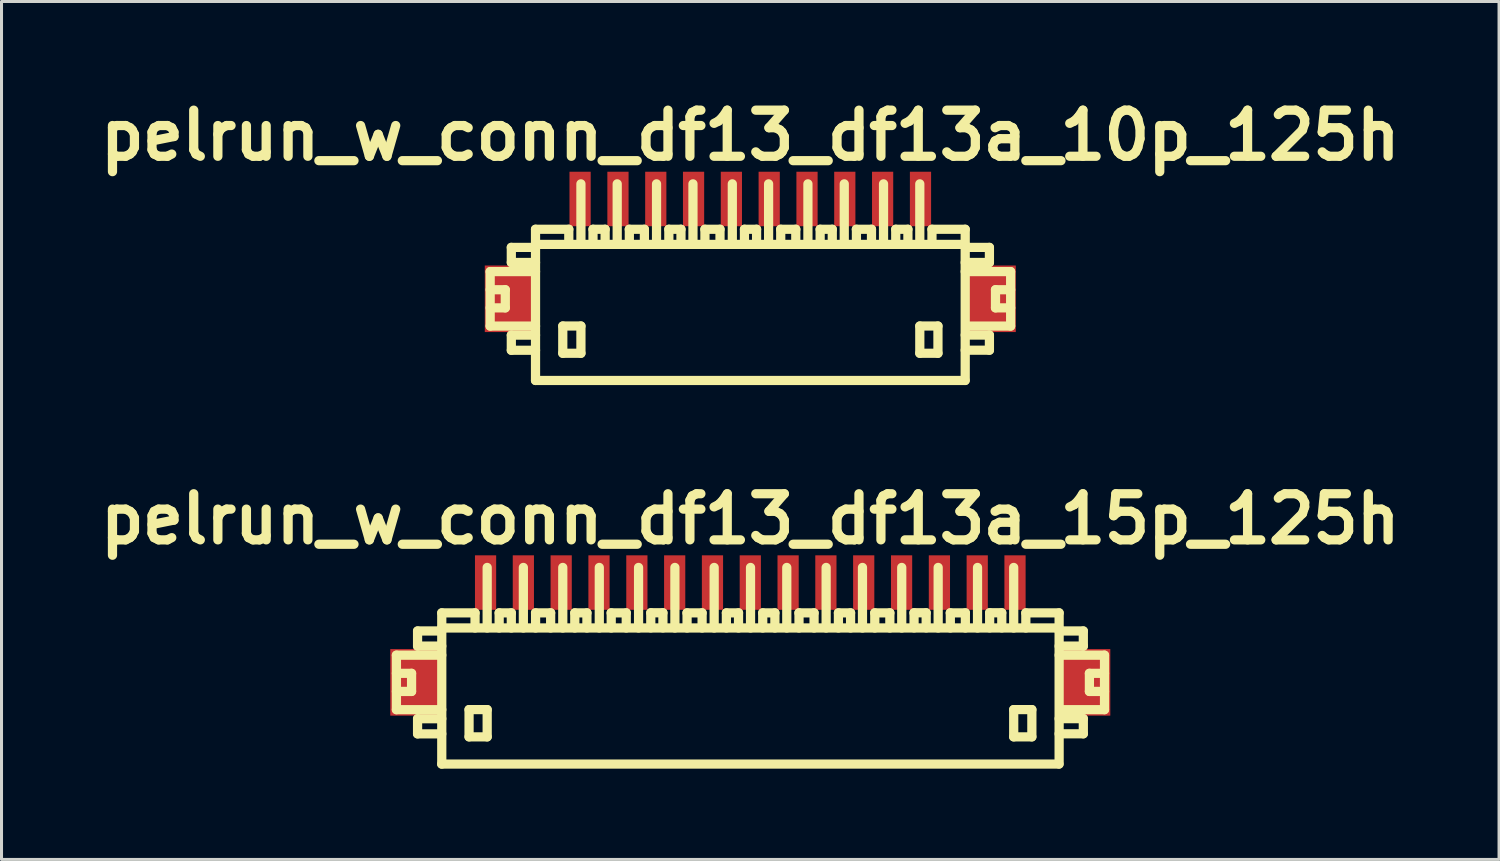
<source format=kicad_pcb>
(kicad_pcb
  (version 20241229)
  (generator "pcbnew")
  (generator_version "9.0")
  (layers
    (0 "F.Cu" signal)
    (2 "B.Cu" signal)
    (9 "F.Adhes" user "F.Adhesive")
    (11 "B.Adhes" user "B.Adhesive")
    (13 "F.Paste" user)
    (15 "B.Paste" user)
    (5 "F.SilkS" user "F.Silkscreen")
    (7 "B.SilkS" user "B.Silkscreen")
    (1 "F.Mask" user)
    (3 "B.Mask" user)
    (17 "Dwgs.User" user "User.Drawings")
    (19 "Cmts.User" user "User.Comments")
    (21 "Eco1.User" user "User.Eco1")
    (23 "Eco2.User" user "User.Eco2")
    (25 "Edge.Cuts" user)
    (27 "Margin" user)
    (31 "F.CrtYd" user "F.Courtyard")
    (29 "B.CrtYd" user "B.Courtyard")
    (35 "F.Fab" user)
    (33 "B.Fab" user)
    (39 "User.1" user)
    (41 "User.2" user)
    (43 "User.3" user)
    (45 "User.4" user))
  (footprint "pelrun_w_conn_df13_df13a_15p_125h"
    (layer "F.Cu")
    (at 21.75 19.706)
    (property "Reference" "pelrun_w_conn_df13_df13a_15p_125h" (at 0 -5.601 0) (layer "F.SilkS") (effects (font (size 1.524 1.524) (thickness 0.305))))
    (attr through_hole)
    (fp_line (start -11.697 -1.1) (end -11.697 0.701) (stroke (width 0.305) (type solid)) (layer "F.SilkS"))
    (fp_line (start -11.697 0.701) (end -10.198 0.701) (stroke (width 0.305) (type solid)) (layer "F.SilkS"))
    (fp_line (start -11.196 -0.5) (end -11.697 -0.5) (stroke (width 0.305) (type solid)) (layer "F.SilkS"))
    (fp_line (start -11.196 0.099) (end -11.697 0.099) (stroke (width 0.305) (type solid)) (layer "F.SilkS"))
    (fp_line (start -11.196 0.099) (end -11.196 -0.5) (stroke (width 0.305) (type solid)) (layer "F.SilkS"))
    (fp_line (start -10.998 -1.9) (end -10.998 -1.4) (stroke (width 0.305) (type solid)) (layer "F.SilkS"))
    (fp_line (start -10.998 -1.9) (end -10.198 -1.9) (stroke (width 0.305) (type solid)) (layer "F.SilkS"))
    (fp_line (start -10.998 1.001) (end -10.998 1.501) (stroke (width 0.305) (type solid)) (layer "F.SilkS"))
    (fp_line (start -10.998 1.501) (end -10.198 1.501) (stroke (width 0.305) (type solid)) (layer "F.SilkS"))
    (fp_line (start -10.201 -1.999) (end 10.201 -1.999) (stroke (width 0.305) (type solid)) (layer "F.SilkS"))
    (fp_line (start -10.198 -1.4) (end -10.998 -1.4) (stroke (width 0.305) (type solid)) (layer "F.SilkS"))
    (fp_line (start -10.198 -1.1) (end -11.697 -1.1) (stroke (width 0.305) (type solid)) (layer "F.SilkS"))
    (fp_line (start -10.198 1.001) (end -10.998 1.001) (stroke (width 0.305) (type solid)) (layer "F.SilkS"))
    (fp_line (start -10.198 2.499) (end -10.198 -2.499) (stroke (width 0.305) (type solid)) (layer "F.SilkS"))
    (fp_line (start -9.296 0.699) (end -9.296 1.6) (stroke (width 0.305) (type solid)) (layer "F.SilkS"))
    (fp_line (start -9.296 1.6) (end -8.697 1.6) (stroke (width 0.305) (type solid)) (layer "F.SilkS"))
    (fp_line (start -9.098 -2.499) (end -10.198 -2.499) (stroke (width 0.305) (type solid)) (layer "F.SilkS"))
    (fp_line (start -9.098 -2.499) (end -9.098 -1.999) (stroke (width 0.305) (type solid)) (layer "F.SilkS"))
    (fp_line (start -8.697 -4) (end -8.697 -1.999) (stroke (width 0.305) (type solid)) (layer "F.SilkS"))
    (fp_line (start -8.697 0.699) (end -9.296 0.699) (stroke (width 0.305) (type solid)) (layer "F.SilkS"))
    (fp_line (start -8.697 1.6) (end -8.697 0.699) (stroke (width 0.305) (type solid)) (layer "F.SilkS"))
    (fp_line (start -8.301 -2.499) (end -8.301 -1.999) (stroke (width 0.305) (type solid)) (layer "F.SilkS"))
    (fp_line (start -7.899 -2.499) (end -8.301 -2.499) (stroke (width 0.305) (type solid)) (layer "F.SilkS"))
    (fp_line (start -7.899 -2.499) (end -7.899 -1.999) (stroke (width 0.305) (type solid)) (layer "F.SilkS"))
    (fp_line (start -7.501 -1.999) (end -7.501 -4) (stroke (width 0.305) (type solid)) (layer "F.SilkS"))
    (fp_line (start -7.099 -2.499) (end -6.599 -2.499) (stroke (width 0.305) (type solid)) (layer "F.SilkS"))
    (fp_line (start -7.097 -1.999) (end -7.097 -2.499) (stroke (width 0.305) (type solid)) (layer "F.SilkS"))
    (fp_line (start -6.599 -2.499) (end -6.599 -1.999) (stroke (width 0.305) (type solid)) (layer "F.SilkS"))
    (fp_line (start -6.198 -1.999) (end -6.198 -4) (stroke (width 0.305) (type solid)) (layer "F.SilkS"))
    (fp_line (start -5.801 -2.499) (end -5.801 -1.999) (stroke (width 0.305) (type solid)) (layer "F.SilkS"))
    (fp_line (start -5.4 -2.499) (end -5.801 -2.499) (stroke (width 0.305) (type solid)) (layer "F.SilkS"))
    (fp_line (start -5.4 -2.499) (end -5.4 -1.999) (stroke (width 0.305) (type solid)) (layer "F.SilkS"))
    (fp_line (start -4.991 -1.999) (end -4.991 -4) (stroke (width 0.305) (type solid)) (layer "F.SilkS"))
    (fp_line (start -4.6 -2.499) (end -4.1 -2.499) (stroke (width 0.305) (type solid)) (layer "F.SilkS"))
    (fp_line (start -4.597 -1.999) (end -4.597 -2.499) (stroke (width 0.305) (type solid)) (layer "F.SilkS"))
    (fp_line (start -4.1 -2.499) (end -4.1 -1.999) (stroke (width 0.305) (type solid)) (layer "F.SilkS"))
    (fp_line (start -3.693 -1.999) (end -3.693 -4) (stroke (width 0.305) (type solid)) (layer "F.SilkS"))
    (fp_line (start -3.289 -2.502) (end -3.289 -2.002) (stroke (width 0.305) (type solid)) (layer "F.SilkS"))
    (fp_line (start -2.888 -2.502) (end -3.289 -2.502) (stroke (width 0.305) (type solid)) (layer "F.SilkS"))
    (fp_line (start -2.888 -2.502) (end -2.888 -2.002) (stroke (width 0.305) (type solid)) (layer "F.SilkS"))
    (fp_line (start -2.492 -1.999) (end -2.492 -4) (stroke (width 0.305) (type solid)) (layer "F.SilkS"))
    (fp_line (start -2.093 -2.499) (end -1.593 -2.499) (stroke (width 0.305) (type solid)) (layer "F.SilkS"))
    (fp_line (start -2.09 -1.999) (end -2.09 -2.499) (stroke (width 0.305) (type solid)) (layer "F.SilkS"))
    (fp_line (start -1.593 -2.499) (end -1.593 -1.999) (stroke (width 0.305) (type solid)) (layer "F.SilkS"))
    (fp_line (start -1.194 -1.999) (end -1.194 -4) (stroke (width 0.305) (type solid)) (layer "F.SilkS"))
    (fp_line (start -0.79 -2.499) (end -0.79 -1.999) (stroke (width 0.305) (type solid)) (layer "F.SilkS"))
    (fp_line (start -0.389 -2.499) (end -0.79 -2.499) (stroke (width 0.305) (type solid)) (layer "F.SilkS"))
    (fp_line (start -0.389 -2.499) (end -0.389 -1.999) (stroke (width 0.305) (type solid)) (layer "F.SilkS"))
    (fp_line (start 0.008 -1.999) (end 0.008 -4) (stroke (width 0.305) (type solid)) (layer "F.SilkS"))
    (fp_line (start 0.411 -2.499) (end 0.411 -1.999) (stroke (width 0.305) (type solid)) (layer "F.SilkS"))
    (fp_line (start 0.813 -2.499) (end 0.411 -2.499) (stroke (width 0.305) (type solid)) (layer "F.SilkS"))
    (fp_line (start 0.813 -2.499) (end 0.813 -1.999) (stroke (width 0.305) (type solid)) (layer "F.SilkS"))
    (fp_line (start 1.206 -1.999) (end 1.206 -4) (stroke (width 0.305) (type solid)) (layer "F.SilkS"))
    (fp_line (start 1.608 -2.499) (end 2.108 -2.499) (stroke (width 0.305) (type solid)) (layer "F.SilkS"))
    (fp_line (start 1.61 -1.999) (end 1.61 -2.499) (stroke (width 0.305) (type solid)) (layer "F.SilkS"))
    (fp_line (start 2.108 -2.499) (end 2.108 -1.999) (stroke (width 0.305) (type solid)) (layer "F.SilkS"))
    (fp_line (start 2.507 -1.999) (end 2.507 -4) (stroke (width 0.305) (type solid)) (layer "F.SilkS"))
    (fp_line (start 2.913 -2.499) (end 2.913 -1.999) (stroke (width 0.305) (type solid)) (layer "F.SilkS"))
    (fp_line (start 3.315 -2.499) (end 2.913 -2.499) (stroke (width 0.305) (type solid)) (layer "F.SilkS"))
    (fp_line (start 3.315 -2.499) (end 3.315 -1.999) (stroke (width 0.305) (type solid)) (layer "F.SilkS"))
    (fp_line (start 3.708 -1.999) (end 3.708 -4) (stroke (width 0.305) (type solid)) (layer "F.SilkS"))
    (fp_line (start 4.112 -2.499) (end 4.613 -2.499) (stroke (width 0.305) (type solid)) (layer "F.SilkS"))
    (fp_line (start 4.115 -1.999) (end 4.115 -2.499) (stroke (width 0.305) (type solid)) (layer "F.SilkS"))
    (fp_line (start 4.613 -2.499) (end 4.613 -1.999) (stroke (width 0.305) (type solid)) (layer "F.SilkS"))
    (fp_line (start 5.006 -1.999) (end 5.006 -4) (stroke (width 0.305) (type solid)) (layer "F.SilkS"))
    (fp_line (start 5.413 -2.502) (end 5.413 -2.002) (stroke (width 0.305) (type solid)) (layer "F.SilkS"))
    (fp_line (start 5.812 -2.502) (end 5.41 -2.502) (stroke (width 0.305) (type solid)) (layer "F.SilkS"))
    (fp_line (start 5.814 -2.502) (end 5.814 -2.002) (stroke (width 0.305) (type solid)) (layer "F.SilkS"))
    (fp_line (start 6.21 -1.999) (end 6.21 -4) (stroke (width 0.305) (type solid)) (layer "F.SilkS"))
    (fp_line (start 6.609 -2.499) (end 7.109 -2.499) (stroke (width 0.305) (type solid)) (layer "F.SilkS"))
    (fp_line (start 6.612 -1.999) (end 6.612 -2.499) (stroke (width 0.305) (type solid)) (layer "F.SilkS"))
    (fp_line (start 7.109 -2.499) (end 7.109 -1.999) (stroke (width 0.305) (type solid)) (layer "F.SilkS"))
    (fp_line (start 7.511 -1.999) (end 7.511 -4) (stroke (width 0.305) (type solid)) (layer "F.SilkS"))
    (fp_line (start 7.912 -2.502) (end 7.912 -2.002) (stroke (width 0.305) (type solid)) (layer "F.SilkS"))
    (fp_line (start 8.311 -2.502) (end 7.91 -2.502) (stroke (width 0.305) (type solid)) (layer "F.SilkS"))
    (fp_line (start 8.313 -2.502) (end 8.313 -2.002) (stroke (width 0.305) (type solid)) (layer "F.SilkS"))
    (fp_line (start 8.707 -1.999) (end 8.707 -4) (stroke (width 0.305) (type solid)) (layer "F.SilkS"))
    (fp_line (start 8.707 0.699) (end 9.307 0.699) (stroke (width 0.305) (type solid)) (layer "F.SilkS"))
    (fp_line (start 8.707 1.6) (end 8.707 0.699) (stroke (width 0.305) (type solid)) (layer "F.SilkS"))
    (fp_line (start 9.108 -2.499) (end 9.108 -1.999) (stroke (width 0.305) (type solid)) (layer "F.SilkS"))
    (fp_line (start 9.307 0.699) (end 9.307 1.6) (stroke (width 0.305) (type solid)) (layer "F.SilkS"))
    (fp_line (start 9.307 1.6) (end 8.707 1.6) (stroke (width 0.305) (type solid)) (layer "F.SilkS"))
    (fp_line (start 10.201 2.499) (end -10.201 2.499) (stroke (width 0.305) (type solid)) (layer "F.SilkS"))
    (fp_line (start 10.208 -2.499) (end 9.108 -2.499) (stroke (width 0.305) (type solid)) (layer "F.SilkS"))
    (fp_line (start 10.208 -2.499) (end 10.208 2.499) (stroke (width 0.305) (type solid)) (layer "F.SilkS"))
    (fp_line (start 10.208 -1.9) (end 11.008 -1.9) (stroke (width 0.305) (type solid)) (layer "F.SilkS"))
    (fp_line (start 10.208 0.998) (end 11.008 0.998) (stroke (width 0.305) (type solid)) (layer "F.SilkS"))
    (fp_line (start 11.008 -1.9) (end 11.008 -1.4) (stroke (width 0.305) (type solid)) (layer "F.SilkS"))
    (fp_line (start 11.008 -1.4) (end 10.208 -1.4) (stroke (width 0.305) (type solid)) (layer "F.SilkS"))
    (fp_line (start 11.008 0.998) (end 11.008 1.499) (stroke (width 0.305) (type solid)) (layer "F.SilkS"))
    (fp_line (start 11.008 1.499) (end 10.208 1.499) (stroke (width 0.305) (type solid)) (layer "F.SilkS"))
    (fp_line (start 11.209 0.099) (end 11.209 -0.5) (stroke (width 0.305) (type solid)) (layer "F.SilkS"))
    (fp_line (start 11.707 -1.1) (end 10.208 -1.1) (stroke (width 0.305) (type solid)) (layer "F.SilkS"))
    (fp_line (start 11.707 0.701) (end 10.307 0.701) (stroke (width 0.305) (type solid)) (layer "F.SilkS"))
    (fp_line (start 11.709 -1.1) (end 11.709 0.701) (stroke (width 0.305) (type solid)) (layer "F.SilkS"))
    (fp_line (start 11.709 -0.5) (end 11.209 -0.5) (stroke (width 0.305) (type solid)) (layer "F.SilkS"))
    (fp_line (start 11.709 0.099) (end 11.209 0.099) (stroke (width 0.305) (type solid)) (layer "F.SilkS"))
    (pad "" smd rect (at -11.1 -0.201) (size 1.6 2.2) (layers "F.Cu" "F.Mask" "F.Paste"))
    (pad "" smd rect (at 11.1 -0.201) (size 1.6 2.2) (layers "F.Cu" "F.Mask" "F.Paste"))
    (pad "1" smd rect (at 8.75 -3.5) (size 0.701 1.801) (layers "F.Cu" "F.Mask" "F.Paste"))
    (pad "2" smd rect (at 7.501 -3.5) (size 0.701 1.801) (layers "F.Cu" "F.Mask" "F.Paste"))
    (pad "3" smd rect (at 6.251 -3.5) (size 0.701 1.801) (layers "F.Cu" "F.Mask" "F.Paste"))
    (pad "4" smd rect (at 5.001 -3.5) (size 0.701 1.801) (layers "F.Cu" "F.Mask" "F.Paste"))
    (pad "5" smd rect (at 3.749 -3.5) (size 0.701 1.801) (layers "F.Cu" "F.Mask" "F.Paste"))
    (pad "6" smd rect (at 2.499 -3.5) (size 0.701 1.801) (layers "F.Cu" "F.Mask" "F.Paste"))
    (pad "7" smd rect (at 1.25 -3.5) (size 0.701 1.801) (layers "F.Cu" "F.Mask" "F.Paste"))
    (pad "8" smd rect (at 0 -3.5) (size 0.701 1.801) (layers "F.Cu" "F.Mask" "F.Paste"))
    (pad "9" smd rect (at -1.25 -3.5) (size 0.701 1.801) (layers "F.Cu" "F.Mask" "F.Paste"))
    (pad "10" smd rect (at -2.499 -3.5) (size 0.701 1.801) (layers "F.Cu" "F.Mask" "F.Paste"))
    (pad "11" smd rect (at -3.749 -3.5) (size 0.701 1.801) (layers "F.Cu" "F.Mask" "F.Paste"))
    (pad "12" smd rect (at -5.001 -3.5) (size 0.701 1.801) (layers "F.Cu" "F.Mask" "F.Paste"))
    (pad "13" smd rect (at -6.251 -3.5) (size 0.701 1.801) (layers "F.Cu" "F.Mask" "F.Paste"))
    (pad "14" smd rect (at -7.501 -3.5) (size 0.701 1.801) (layers "F.Cu" "F.Mask" "F.Paste"))
    (pad "15" smd rect (at -8.75 -3.5) (size 0.701 1.801) (layers "F.Cu" "F.Mask" "F.Paste")))
  (footprint "pelrun_w_conn_df13_df13a_10p_125h"
    (layer "F.Cu")
    (at 21.75 7.027)
    (property "Reference" "pelrun_w_conn_df13_df13a_10p_125h" (at 0 -5.601 0) (layer "F.SilkS") (effects (font (size 1.524 1.524) (thickness 0.305))))
    (attr through_hole)
    (fp_line (start -8.598 -1.1) (end -8.598 0.701) (stroke (width 0.305) (type solid)) (layer "F.SilkS"))
    (fp_line (start -8.598 0.701) (end -7.099 0.701) (stroke (width 0.305) (type solid)) (layer "F.SilkS"))
    (fp_line (start -8.098 -0.5) (end -8.598 -0.5) (stroke (width 0.305) (type solid)) (layer "F.SilkS"))
    (fp_line (start -8.098 0.099) (end -8.598 0.099) (stroke (width 0.305) (type solid)) (layer "F.SilkS"))
    (fp_line (start -8.098 0.099) (end -8.098 -0.5) (stroke (width 0.305) (type solid)) (layer "F.SilkS"))
    (fp_line (start -7.899 -1.9) (end -7.899 -1.4) (stroke (width 0.305) (type solid)) (layer "F.SilkS"))
    (fp_line (start -7.899 -1.9) (end -7.099 -1.9) (stroke (width 0.305) (type solid)) (layer "F.SilkS"))
    (fp_line (start -7.899 1.001) (end -7.899 1.501) (stroke (width 0.305) (type solid)) (layer "F.SilkS"))
    (fp_line (start -7.899 1.501) (end -7.099 1.501) (stroke (width 0.305) (type solid)) (layer "F.SilkS"))
    (fp_line (start -7.099 -1.999) (end 7.099 -1.999) (stroke (width 0.305) (type solid)) (layer "F.SilkS"))
    (fp_line (start -7.099 -1.4) (end -7.899 -1.4) (stroke (width 0.305) (type solid)) (layer "F.SilkS"))
    (fp_line (start -7.099 -1.1) (end -8.598 -1.1) (stroke (width 0.305) (type solid)) (layer "F.SilkS"))
    (fp_line (start -7.099 1.001) (end -7.899 1.001) (stroke (width 0.305) (type solid)) (layer "F.SilkS"))
    (fp_line (start -7.099 2.499) (end -7.099 -2.499) (stroke (width 0.305) (type solid)) (layer "F.SilkS"))
    (fp_line (start -7.099 2.499) (end 7.099 2.499) (stroke (width 0.305) (type solid)) (layer "F.SilkS"))
    (fp_line (start -6.198 0.699) (end -6.198 1.6) (stroke (width 0.305) (type solid)) (layer "F.SilkS"))
    (fp_line (start -6.198 1.6) (end -5.598 1.6) (stroke (width 0.305) (type solid)) (layer "F.SilkS"))
    (fp_line (start -5.999 -2.499) (end -7.099 -2.499) (stroke (width 0.305) (type solid)) (layer "F.SilkS"))
    (fp_line (start -5.999 -2.499) (end -5.999 -1.999) (stroke (width 0.305) (type solid)) (layer "F.SilkS"))
    (fp_line (start -5.598 -4) (end -5.598 -1.999) (stroke (width 0.305) (type solid)) (layer "F.SilkS"))
    (fp_line (start -5.598 0.699) (end -6.198 0.699) (stroke (width 0.305) (type solid)) (layer "F.SilkS"))
    (fp_line (start -5.598 1.6) (end -5.598 0.699) (stroke (width 0.305) (type solid)) (layer "F.SilkS"))
    (fp_line (start -5.199 -2.499) (end -5.199 -1.999) (stroke (width 0.305) (type solid)) (layer "F.SilkS"))
    (fp_line (start -4.798 -2.499) (end -5.199 -2.499) (stroke (width 0.305) (type solid)) (layer "F.SilkS"))
    (fp_line (start -4.798 -2.499) (end -4.798 -1.999) (stroke (width 0.305) (type solid)) (layer "F.SilkS"))
    (fp_line (start -4.399 -1.999) (end -4.399 -4) (stroke (width 0.305) (type solid)) (layer "F.SilkS"))
    (fp_line (start -4 -2.499) (end -3.5 -2.499) (stroke (width 0.305) (type solid)) (layer "F.SilkS"))
    (fp_line (start -3.998 -1.999) (end -3.998 -2.499) (stroke (width 0.305) (type solid)) (layer "F.SilkS"))
    (fp_line (start -3.5 -2.499) (end -3.5 -1.999) (stroke (width 0.305) (type solid)) (layer "F.SilkS"))
    (fp_line (start -3.099 -1.999) (end -3.099 -4) (stroke (width 0.305) (type solid)) (layer "F.SilkS"))
    (fp_line (start -2.692 -2.499) (end -2.692 -1.999) (stroke (width 0.305) (type solid)) (layer "F.SilkS"))
    (fp_line (start -2.291 -2.499) (end -2.692 -2.499) (stroke (width 0.305) (type solid)) (layer "F.SilkS"))
    (fp_line (start -2.291 -2.499) (end -2.291 -1.999) (stroke (width 0.305) (type solid)) (layer "F.SilkS"))
    (fp_line (start -1.895 -1.999) (end -1.895 -4) (stroke (width 0.305) (type solid)) (layer "F.SilkS"))
    (fp_line (start -1.501 -2.499) (end -1.001 -2.499) (stroke (width 0.305) (type solid)) (layer "F.SilkS"))
    (fp_line (start -1.499 -1.999) (end -1.499 -2.499) (stroke (width 0.305) (type solid)) (layer "F.SilkS"))
    (fp_line (start -1.001 -2.499) (end -1.001 -1.999) (stroke (width 0.305) (type solid)) (layer "F.SilkS"))
    (fp_line (start -0.594 -1.999) (end -0.594 -4) (stroke (width 0.305) (type solid)) (layer "F.SilkS"))
    (fp_line (start -0.193 -2.499) (end -0.193 -1.999) (stroke (width 0.305) (type solid)) (layer "F.SilkS"))
    (fp_line (start 0.208 -2.499) (end -0.193 -2.499) (stroke (width 0.305) (type solid)) (layer "F.SilkS"))
    (fp_line (start 0.208 -2.499) (end 0.208 -1.999) (stroke (width 0.305) (type solid)) (layer "F.SilkS"))
    (fp_line (start 0.605 -1.999) (end 0.605 -4) (stroke (width 0.305) (type solid)) (layer "F.SilkS"))
    (fp_line (start 1.003 -2.499) (end 1.504 -2.499) (stroke (width 0.305) (type solid)) (layer "F.SilkS"))
    (fp_line (start 1.006 -1.999) (end 1.006 -2.499) (stroke (width 0.305) (type solid)) (layer "F.SilkS"))
    (fp_line (start 1.504 -2.499) (end 1.504 -1.999) (stroke (width 0.305) (type solid)) (layer "F.SilkS"))
    (fp_line (start 1.905 -1.999) (end 1.905 -4) (stroke (width 0.305) (type solid)) (layer "F.SilkS"))
    (fp_line (start 2.309 -2.499) (end 2.309 -1.999) (stroke (width 0.305) (type solid)) (layer "F.SilkS"))
    (fp_line (start 2.71 -2.499) (end 2.309 -2.499) (stroke (width 0.305) (type solid)) (layer "F.SilkS"))
    (fp_line (start 2.71 -2.499) (end 2.71 -1.999) (stroke (width 0.305) (type solid)) (layer "F.SilkS"))
    (fp_line (start 3.106 -1.999) (end 3.106 -4) (stroke (width 0.305) (type solid)) (layer "F.SilkS"))
    (fp_line (start 3.505 -2.499) (end 4.006 -2.499) (stroke (width 0.305) (type solid)) (layer "F.SilkS"))
    (fp_line (start 3.508 -1.999) (end 3.508 -2.499) (stroke (width 0.305) (type solid)) (layer "F.SilkS"))
    (fp_line (start 4.006 -2.499) (end 4.006 -1.999) (stroke (width 0.305) (type solid)) (layer "F.SilkS"))
    (fp_line (start 4.404 -1.999) (end 4.404 -4) (stroke (width 0.305) (type solid)) (layer "F.SilkS"))
    (fp_line (start 4.808 -2.499) (end 4.808 -1.999) (stroke (width 0.305) (type solid)) (layer "F.SilkS"))
    (fp_line (start 5.21 -2.499) (end 4.808 -2.499) (stroke (width 0.305) (type solid)) (layer "F.SilkS"))
    (fp_line (start 5.21 -2.499) (end 5.21 -1.999) (stroke (width 0.305) (type solid)) (layer "F.SilkS"))
    (fp_line (start 5.603 -1.999) (end 5.603 -4) (stroke (width 0.305) (type solid)) (layer "F.SilkS"))
    (fp_line (start 5.603 0.699) (end 6.203 0.699) (stroke (width 0.305) (type solid)) (layer "F.SilkS"))
    (fp_line (start 5.603 1.6) (end 5.603 0.699) (stroke (width 0.305) (type solid)) (layer "F.SilkS"))
    (fp_line (start 6.005 -2.499) (end 6.005 -1.999) (stroke (width 0.305) (type solid)) (layer "F.SilkS"))
    (fp_line (start 6.203 0.699) (end 6.203 1.6) (stroke (width 0.305) (type solid)) (layer "F.SilkS"))
    (fp_line (start 6.203 1.6) (end 5.603 1.6) (stroke (width 0.305) (type solid)) (layer "F.SilkS"))
    (fp_line (start 7.104 -2.499) (end 6.005 -2.499) (stroke (width 0.305) (type solid)) (layer "F.SilkS"))
    (fp_line (start 7.104 -2.499) (end 7.104 2.499) (stroke (width 0.305) (type solid)) (layer "F.SilkS"))
    (fp_line (start 7.104 -1.9) (end 7.904 -1.9) (stroke (width 0.305) (type solid)) (layer "F.SilkS"))
    (fp_line (start 7.104 0.998) (end 7.904 0.998) (stroke (width 0.305) (type solid)) (layer "F.SilkS"))
    (fp_line (start 7.904 -1.9) (end 7.904 -1.4) (stroke (width 0.305) (type solid)) (layer "F.SilkS"))
    (fp_line (start 7.904 -1.4) (end 7.104 -1.4) (stroke (width 0.305) (type solid)) (layer "F.SilkS"))
    (fp_line (start 7.904 0.998) (end 7.904 1.499) (stroke (width 0.305) (type solid)) (layer "F.SilkS"))
    (fp_line (start 7.904 1.499) (end 7.104 1.499) (stroke (width 0.305) (type solid)) (layer "F.SilkS"))
    (fp_line (start 8.105 0.099) (end 8.105 -0.5) (stroke (width 0.305) (type solid)) (layer "F.SilkS"))
    (fp_line (start 8.603 -1.1) (end 7.104 -1.1) (stroke (width 0.305) (type solid)) (layer "F.SilkS"))
    (fp_line (start 8.603 0.701) (end 7.203 0.701) (stroke (width 0.305) (type solid)) (layer "F.SilkS"))
    (fp_line (start 8.606 -1.1) (end 8.606 0.701) (stroke (width 0.305) (type solid)) (layer "F.SilkS"))
    (fp_line (start 8.606 -0.5) (end 8.105 -0.5) (stroke (width 0.305) (type solid)) (layer "F.SilkS"))
    (fp_line (start 8.606 0.099) (end 8.105 0.099) (stroke (width 0.305) (type solid)) (layer "F.SilkS"))
    (pad "" smd rect (at -7.976 -0.201) (size 1.6 2.2) (layers "F.Cu" "F.Mask" "F.Paste"))
    (pad "" smd rect (at 7.976 -0.201) (size 1.6 2.2) (layers "F.Cu" "F.Mask" "F.Paste"))
    (pad "1" smd rect (at 5.626 -3.5) (size 0.701 1.801) (layers "F.Cu" "F.Mask" "F.Paste"))
    (pad "2" smd rect (at 4.374 -3.5) (size 0.701 1.801) (layers "F.Cu" "F.Mask" "F.Paste"))
    (pad "3" smd rect (at 3.124 -3.5) (size 0.701 1.801) (layers "F.Cu" "F.Mask" "F.Paste"))
    (pad "4" smd rect (at 1.875 -3.5) (size 0.701 1.801) (layers "F.Cu" "F.Mask" "F.Paste"))
    (pad "5" smd rect (at 0.625 -3.5) (size 0.701 1.801) (layers "F.Cu" "F.Mask" "F.Paste"))
    (pad "6" smd rect (at -0.625 -3.5) (size 0.701 1.801) (layers "F.Cu" "F.Mask" "F.Paste"))
    (pad "7" smd rect (at -1.875 -3.5) (size 0.701 1.801) (layers "F.Cu" "F.Mask" "F.Paste"))
    (pad "8" smd rect (at -3.124 -3.5) (size 0.701 1.801) (layers "F.Cu" "F.Mask" "F.Paste"))
    (pad "9" smd rect (at -4.374 -3.5) (size 0.701 1.801) (layers "F.Cu" "F.Mask" "F.Paste"))
    (pad "10" smd rect (at -5.626 -3.5) (size 0.701 1.801) (layers "F.Cu" "F.Mask" "F.Paste")))
  (gr_rect
    (start -3 -3)
    (end 46.499 25.358)
    (stroke (width 0.1) (type default))
    (fill no)
    (layer "Edge.Cuts")))
</source>
